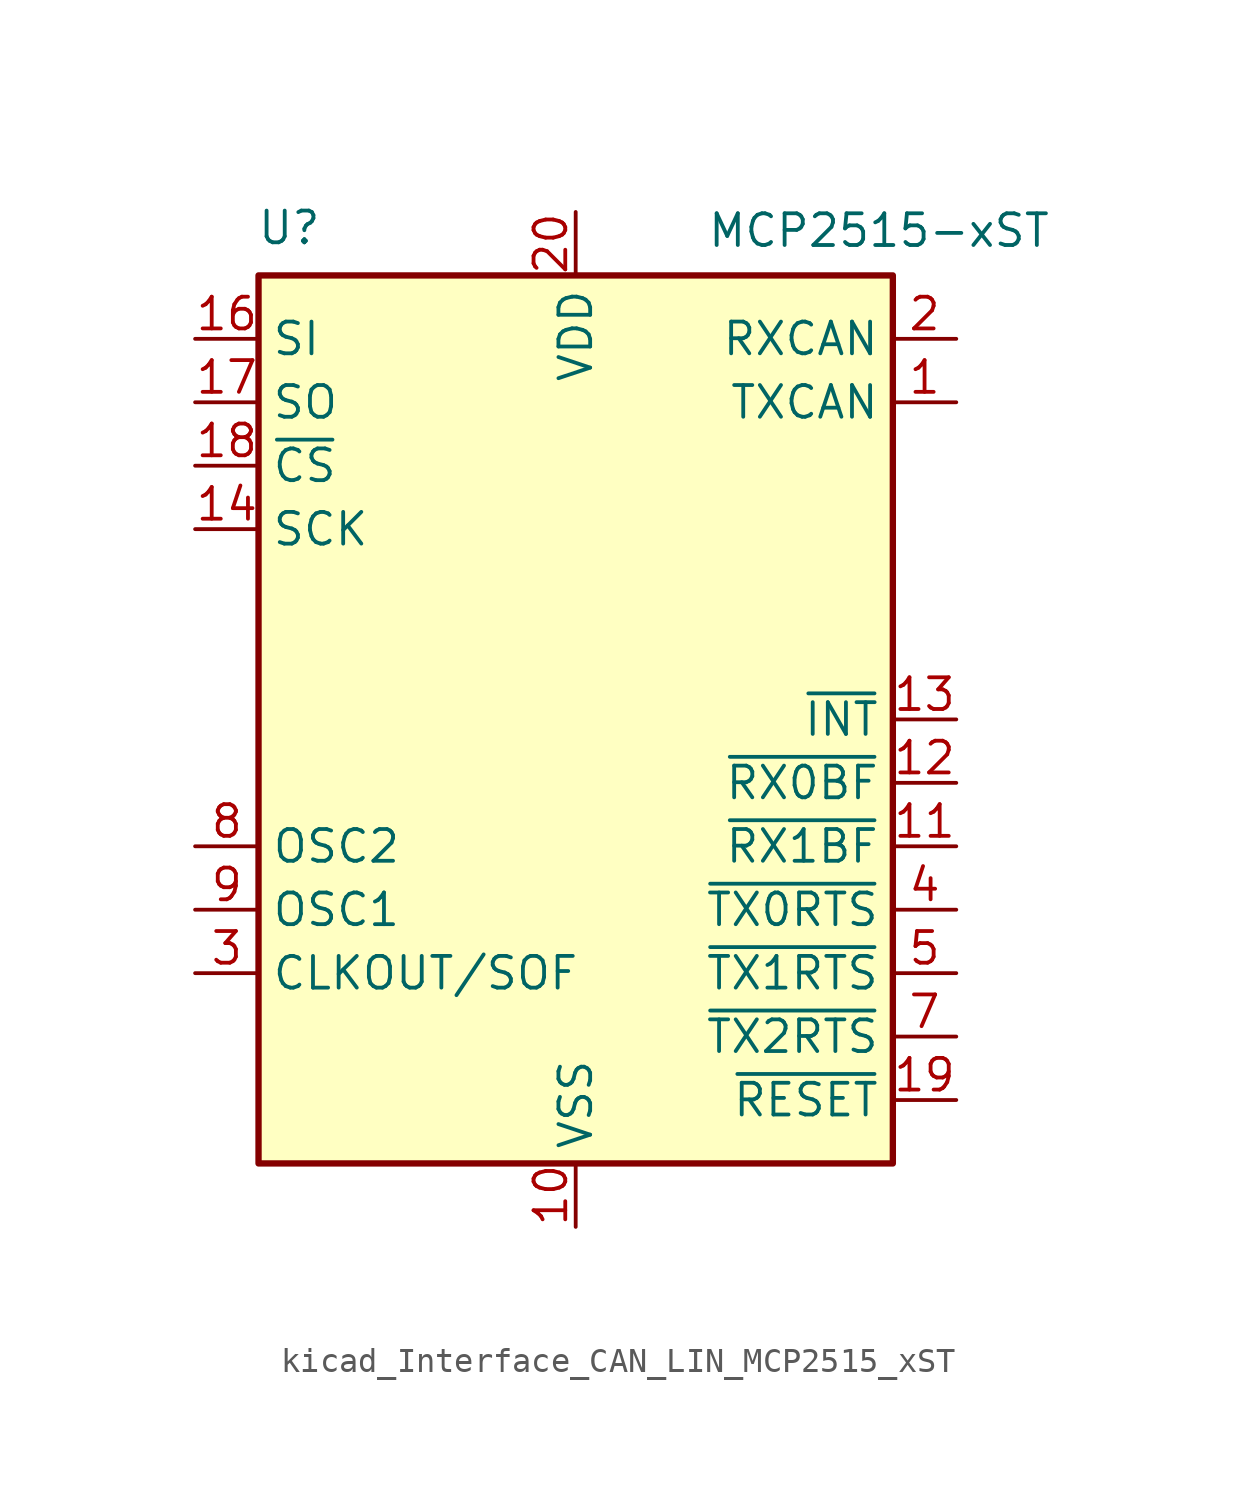
<source format=kicad_sym>
(kicad_symbol_lib
  (version 20220914)
  (generator kicad_symbol_editor)
  (symbol "kicad_Interface_CAN_LIN_MCP2515_xST"
    (property "Reference" "U"
      (at -10.16 19.685 0)
      (effects (font (size 1.27 1.27)) (justify right)))
    (property "Value" "MCP2515-xST"
      (at 19.05 20.32 0)
      (effects (font (size 1.27 1.27)) (justify right top)))
    (symbol "kicad_Interface_CAN_LIN_MCP2515_xST_0_1"
      (rectangle (start -12.7 17.78) (end 12.7 -17.78) (stroke (width 0.254) (type default)) (fill (type background))))
    (symbol "kicad_Interface_CAN_LIN_MCP2515_xST_1_1"
      (pin output line (at 15.24 12.7 180) (length 2.54) (name "TXCAN" (effects (font (size 1.27 1.27)))) (number "1" (effects (font (size 1.27 1.27)))))
      (pin power_in line (at 0 -20.32 90) (length 2.54) (name "VSS" (effects (font (size 1.27 1.27)))) (number "10" (effects (font (size 1.27 1.27)))))
      (pin output line (at 15.24 -5.08 180) (length 2.54) (name "~{RX1BF}" (effects (font (size 1.27 1.27)))) (number "11" (effects (font (size 1.27 1.27)))))
      (pin output line (at 15.24 -2.54 180) (length 2.54) (name "~{RX0BF}" (effects (font (size 1.27 1.27)))) (number "12" (effects (font (size 1.27 1.27)))))
      (pin output line (at 15.24 0 180) (length 2.54) (name "~{INT}" (effects (font (size 1.27 1.27)))) (number "13" (effects (font (size 1.27 1.27)))))
      (pin input line (at -15.24 7.62 0) (length 2.54) (name "SCK" (effects (font (size 1.27 1.27)))) (number "14" (effects (font (size 1.27 1.27)))))
      (pin no_connect line (at -12.7 -2.54 0) (length 2.54) hide (name "NC" (effects (font (size 1.27 1.27)))) (number "15" (effects (font (size 1.27 1.27)))))
      (pin input line (at -15.24 15.24 0) (length 2.54) (name "SI" (effects (font (size 1.27 1.27)))) (number "16" (effects (font (size 1.27 1.27)))))
      (pin output line (at -15.24 12.7 0) (length 2.54) (name "SO" (effects (font (size 1.27 1.27)))) (number "17" (effects (font (size 1.27 1.27)))))
      (pin input line (at -15.24 10.16 0) (length 2.54) (name "~{CS}" (effects (font (size 1.27 1.27)))) (number "18" (effects (font (size 1.27 1.27)))))
      (pin input line (at 15.24 -15.24 180) (length 2.54) (name "~{RESET}" (effects (font (size 1.27 1.27)))) (number "19" (effects (font (size 1.27 1.27)))))
      (pin input line (at 15.24 15.24 180) (length 2.54) (name "RXCAN" (effects (font (size 1.27 1.27)))) (number "2" (effects (font (size 1.27 1.27)))))
      (pin power_in line (at 0 20.32 270) (length 2.54) (name "VDD" (effects (font (size 1.27 1.27)))) (number "20" (effects (font (size 1.27 1.27)))))
      (pin output line (at -15.24 -10.16 0) (length 2.54) (name "CLKOUT/SOF" (effects (font (size 1.27 1.27)))) (number "3" (effects (font (size 1.27 1.27)))))
      (pin input line (at 15.24 -7.62 180) (length 2.54) (name "~{TX0RTS}" (effects (font (size 1.27 1.27)))) (number "4" (effects (font (size 1.27 1.27)))))
      (pin input line (at 15.24 -10.16 180) (length 2.54) (name "~{TX1RTS}" (effects (font (size 1.27 1.27)))) (number "5" (effects (font (size 1.27 1.27)))))
      (pin no_connect line (at -12.7 0 0) (length 2.54) hide (name "NC" (effects (font (size 1.27 1.27)))) (number "6" (effects (font (size 1.27 1.27)))))
      (pin input line (at 15.24 -12.7 180) (length 2.54) (name "~{TX2RTS}" (effects (font (size 1.27 1.27)))) (number "7" (effects (font (size 1.27 1.27)))))
      (pin output line (at -15.24 -5.08 0) (length 2.54) (name "OSC2" (effects (font (size 1.27 1.27)))) (number "8" (effects (font (size 1.27 1.27)))))
      (pin input line (at -15.24 -7.62 0) (length 2.54) (name "OSC1" (effects (font (size 1.27 1.27)))) (number "9" (effects (font (size 1.27 1.27))))))))
</source>
